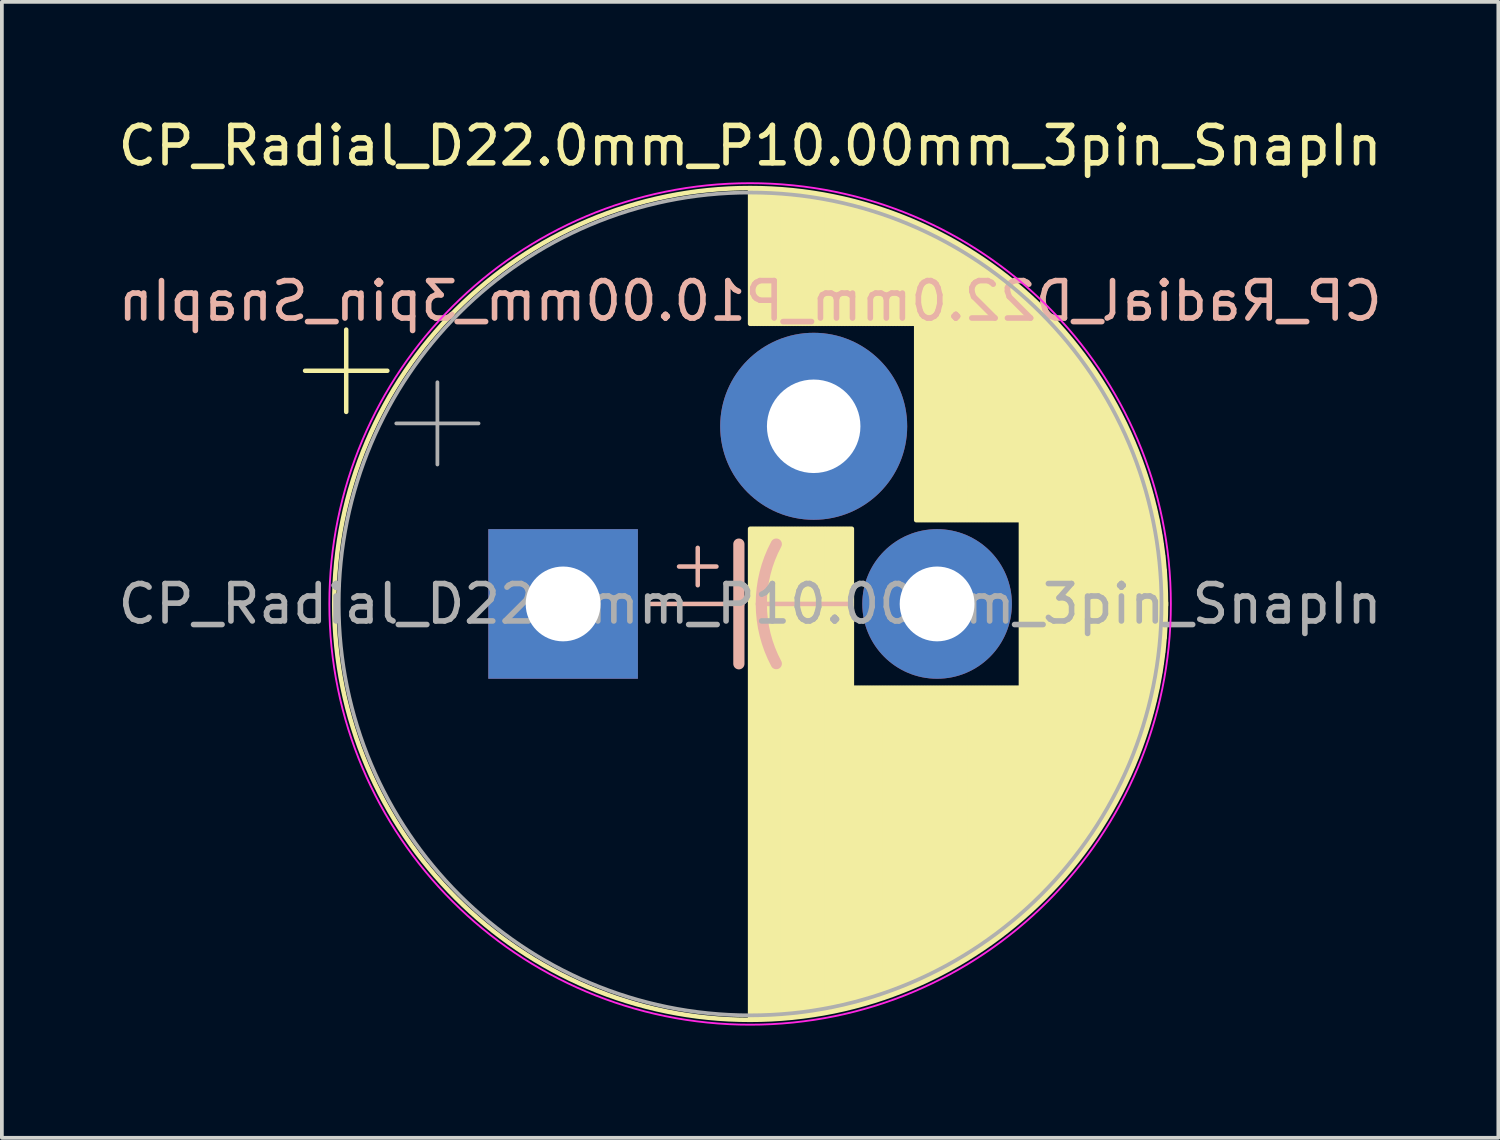
<source format=kicad_pcb>
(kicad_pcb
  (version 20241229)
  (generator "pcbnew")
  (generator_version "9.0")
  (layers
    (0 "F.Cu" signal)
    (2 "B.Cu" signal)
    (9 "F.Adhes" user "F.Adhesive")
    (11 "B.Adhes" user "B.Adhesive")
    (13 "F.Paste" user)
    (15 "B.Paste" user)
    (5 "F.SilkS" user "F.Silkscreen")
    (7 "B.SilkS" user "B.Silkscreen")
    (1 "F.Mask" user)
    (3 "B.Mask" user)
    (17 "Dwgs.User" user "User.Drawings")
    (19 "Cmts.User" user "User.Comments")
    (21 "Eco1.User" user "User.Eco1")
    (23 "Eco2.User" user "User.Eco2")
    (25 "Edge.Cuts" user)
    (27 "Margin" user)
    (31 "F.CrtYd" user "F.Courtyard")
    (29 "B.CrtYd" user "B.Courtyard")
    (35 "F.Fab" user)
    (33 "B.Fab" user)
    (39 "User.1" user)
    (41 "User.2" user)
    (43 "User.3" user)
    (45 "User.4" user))
  (footprint "CP_Radial_D22.0mm_P10.00mm_3pin_SnapIn"
    (layer "F.Cu")
    (at 12.006 13.098)
    (property "Reference" "CP_Radial_D22.0mm_P10.00mm_3pin_SnapIn" (at 5 -12.25 0) (layer "F.SilkS") (effects (font (size 1 1) (thickness 0.15))))
    (fp_line (start -6.899 -6.235) (end -4.699 -6.235) (stroke (width 0.12) (type solid)) (layer "F.SilkS"))
    (fp_line (start -5.799 -7.335) (end -5.799 -5.135) (stroke (width 0.12) (type solid)) (layer "F.SilkS"))
    (fp_line (start 5 -11.081) (end 5 -7.49) (stroke (width 0.12) (type solid)) (layer "F.SilkS"))
    (fp_line (start 5 -2.01) (end 5 11.081) (stroke (width 0.12) (type solid)) (layer "F.SilkS"))
    (fp_line (start 5.04 -11.08) (end 5.04 -7.49) (stroke (width 0.12) (type solid)) (layer "F.SilkS"))
    (fp_line (start 5.04 -2.01) (end 5.04 11.08) (stroke (width 0.12) (type solid)) (layer "F.SilkS"))
    (fp_line (start 5.08 -11.08) (end 5.08 -7.49) (stroke (width 0.12) (type solid)) (layer "F.SilkS"))
    (fp_line (start 5.08 -2.01) (end 5.08 11.08) (stroke (width 0.12) (type solid)) (layer "F.SilkS"))
    (fp_line (start 5.12 -11.08) (end 5.12 -7.49) (stroke (width 0.12) (type solid)) (layer "F.SilkS"))
    (fp_line (start 5.12 -2.01) (end 5.12 11.08) (stroke (width 0.12) (type solid)) (layer "F.SilkS"))
    (fp_line (start 5.16 -11.079) (end 5.16 -7.49) (stroke (width 0.12) (type solid)) (layer "F.SilkS"))
    (fp_line (start 5.16 -2.01) (end 5.16 11.079) (stroke (width 0.12) (type solid)) (layer "F.SilkS"))
    (fp_line (start 5.2 -11.079) (end 5.2 -7.49) (stroke (width 0.12) (type solid)) (layer "F.SilkS"))
    (fp_line (start 5.2 -2.01) (end 5.2 11.079) (stroke (width 0.12) (type solid)) (layer "F.SilkS"))
    (fp_line (start 5.24 -11.078) (end 5.24 -7.49) (stroke (width 0.12) (type solid)) (layer "F.SilkS"))
    (fp_line (start 5.24 -2.01) (end 5.24 11.078) (stroke (width 0.12) (type solid)) (layer "F.SilkS"))
    (fp_line (start 5.28 -11.077) (end 5.28 -7.49) (stroke (width 0.12) (type solid)) (layer "F.SilkS"))
    (fp_line (start 5.28 -2.01) (end 5.28 11.077) (stroke (width 0.12) (type solid)) (layer "F.SilkS"))
    (fp_line (start 5.32 -11.076) (end 5.32 -7.49) (stroke (width 0.12) (type solid)) (layer "F.SilkS"))
    (fp_line (start 5.32 -2.01) (end 5.32 11.076) (stroke (width 0.12) (type solid)) (layer "F.SilkS"))
    (fp_line (start 5.36 -11.075) (end 5.36 -7.49) (stroke (width 0.12) (type solid)) (layer "F.SilkS"))
    (fp_line (start 5.36 -2.01) (end 5.36 11.075) (stroke (width 0.12) (type solid)) (layer "F.SilkS"))
    (fp_line (start 5.4 -11.073) (end 5.4 -7.49) (stroke (width 0.12) (type solid)) (layer "F.SilkS"))
    (fp_line (start 5.4 -2.01) (end 5.4 11.073) (stroke (width 0.12) (type solid)) (layer "F.SilkS"))
    (fp_line (start 5.44 -11.072) (end 5.44 -7.49) (stroke (width 0.12) (type solid)) (layer "F.SilkS"))
    (fp_line (start 5.44 -2.01) (end 5.44 11.072) (stroke (width 0.12) (type solid)) (layer "F.SilkS"))
    (fp_line (start 5.48 -11.07) (end 5.48 -7.49) (stroke (width 0.12) (type solid)) (layer "F.SilkS"))
    (fp_line (start 5.48 -2.01) (end 5.48 11.07) (stroke (width 0.12) (type solid)) (layer "F.SilkS"))
    (fp_line (start 5.52 -11.068) (end 5.52 -7.49) (stroke (width 0.12) (type solid)) (layer "F.SilkS"))
    (fp_line (start 5.52 -2.01) (end 5.52 11.068) (stroke (width 0.12) (type solid)) (layer "F.SilkS"))
    (fp_line (start 5.56 -11.066) (end 5.56 -7.49) (stroke (width 0.12) (type solid)) (layer "F.SilkS"))
    (fp_line (start 5.56 -2.01) (end 5.56 11.066) (stroke (width 0.12) (type solid)) (layer "F.SilkS"))
    (fp_line (start 5.6 -11.064) (end 5.6 -7.49) (stroke (width 0.12) (type solid)) (layer "F.SilkS"))
    (fp_line (start 5.6 -2.01) (end 5.6 11.064) (stroke (width 0.12) (type solid)) (layer "F.SilkS"))
    (fp_line (start 5.64 -11.062) (end 5.64 -7.49) (stroke (width 0.12) (type solid)) (layer "F.SilkS"))
    (fp_line (start 5.64 -2.01) (end 5.64 11.062) (stroke (width 0.12) (type solid)) (layer "F.SilkS"))
    (fp_line (start 5.68 -11.06) (end 5.68 -7.49) (stroke (width 0.12) (type solid)) (layer "F.SilkS"))
    (fp_line (start 5.68 -2.01) (end 5.68 11.06) (stroke (width 0.12) (type solid)) (layer "F.SilkS"))
    (fp_line (start 5.721 -11.057) (end 5.721 -7.49) (stroke (width 0.12) (type solid)) (layer "F.SilkS"))
    (fp_line (start 5.721 -2.01) (end 5.721 11.057) (stroke (width 0.12) (type solid)) (layer "F.SilkS"))
    (fp_line (start 5.761 -11.054) (end 5.761 -7.49) (stroke (width 0.12) (type solid)) (layer "F.SilkS"))
    (fp_line (start 5.761 -2.01) (end 5.761 11.054) (stroke (width 0.12) (type solid)) (layer "F.SilkS"))
    (fp_line (start 5.801 -11.052) (end 5.801 -7.49) (stroke (width 0.12) (type solid)) (layer "F.SilkS"))
    (fp_line (start 5.801 -2.01) (end 5.801 11.052) (stroke (width 0.12) (type solid)) (layer "F.SilkS"))
    (fp_line (start 5.841 -11.049) (end 5.841 -7.49) (stroke (width 0.12) (type solid)) (layer "F.SilkS"))
    (fp_line (start 5.841 -2.01) (end 5.841 11.049) (stroke (width 0.12) (type solid)) (layer "F.SilkS"))
    (fp_line (start 5.881 -11.046) (end 5.881 -7.49) (stroke (width 0.12) (type solid)) (layer "F.SilkS"))
    (fp_line (start 5.881 -2.01) (end 5.881 11.046) (stroke (width 0.12) (type solid)) (layer "F.SilkS"))
    (fp_line (start 5.921 -11.042) (end 5.921 -7.49) (stroke (width 0.12) (type solid)) (layer "F.SilkS"))
    (fp_line (start 5.921 -2.01) (end 5.921 11.042) (stroke (width 0.12) (type solid)) (layer "F.SilkS"))
    (fp_line (start 5.961 -11.039) (end 5.961 -7.49) (stroke (width 0.12) (type solid)) (layer "F.SilkS"))
    (fp_line (start 5.961 -2.01) (end 5.961 11.039) (stroke (width 0.12) (type solid)) (layer "F.SilkS"))
    (fp_line (start 6.001 -11.035) (end 6.001 -7.49) (stroke (width 0.12) (type solid)) (layer "F.SilkS"))
    (fp_line (start 6.001 -2.01) (end 6.001 11.035) (stroke (width 0.12) (type solid)) (layer "F.SilkS"))
    (fp_line (start 6.041 -11.032) (end 6.041 -7.49) (stroke (width 0.12) (type solid)) (layer "F.SilkS"))
    (fp_line (start 6.041 -2.01) (end 6.041 11.032) (stroke (width 0.12) (type solid)) (layer "F.SilkS"))
    (fp_line (start 6.081 -11.028) (end 6.081 -7.49) (stroke (width 0.12) (type solid)) (layer "F.SilkS"))
    (fp_line (start 6.081 -2.01) (end 6.081 11.028) (stroke (width 0.12) (type solid)) (layer "F.SilkS"))
    (fp_line (start 6.121 -11.024) (end 6.121 -7.49) (stroke (width 0.12) (type solid)) (layer "F.SilkS"))
    (fp_line (start 6.121 -2.01) (end 6.121 11.024) (stroke (width 0.12) (type solid)) (layer "F.SilkS"))
    (fp_line (start 6.161 -11.02) (end 6.161 -7.49) (stroke (width 0.12) (type solid)) (layer "F.SilkS"))
    (fp_line (start 6.161 -2.01) (end 6.161 11.02) (stroke (width 0.12) (type solid)) (layer "F.SilkS"))
    (fp_line (start 6.201 -11.016) (end 6.201 -7.49) (stroke (width 0.12) (type solid)) (layer "F.SilkS"))
    (fp_line (start 6.201 -2.01) (end 6.201 11.016) (stroke (width 0.12) (type solid)) (layer "F.SilkS"))
    (fp_line (start 6.241 -11.011) (end 6.241 -7.49) (stroke (width 0.12) (type solid)) (layer "F.SilkS"))
    (fp_line (start 6.241 -2.01) (end 6.241 11.011) (stroke (width 0.12) (type solid)) (layer "F.SilkS"))
    (fp_line (start 6.281 -11.007) (end 6.281 -7.49) (stroke (width 0.12) (type solid)) (layer "F.SilkS"))
    (fp_line (start 6.281 -2.01) (end 6.281 11.007) (stroke (width 0.12) (type solid)) (layer "F.SilkS"))
    (fp_line (start 6.321 -11.002) (end 6.321 -7.49) (stroke (width 0.12) (type solid)) (layer "F.SilkS"))
    (fp_line (start 6.321 -2.01) (end 6.321 11.002) (stroke (width 0.12) (type solid)) (layer "F.SilkS"))
    (fp_line (start 6.361 -10.997) (end 6.361 -7.49) (stroke (width 0.12) (type solid)) (layer "F.SilkS"))
    (fp_line (start 6.361 -2.01) (end 6.361 10.997) (stroke (width 0.12) (type solid)) (layer "F.SilkS"))
    (fp_line (start 6.401 -10.992) (end 6.401 -7.49) (stroke (width 0.12) (type solid)) (layer "F.SilkS"))
    (fp_line (start 6.401 -2.01) (end 6.401 10.992) (stroke (width 0.12) (type solid)) (layer "F.SilkS"))
    (fp_line (start 6.441 -10.987) (end 6.441 -7.49) (stroke (width 0.12) (type solid)) (layer "F.SilkS"))
    (fp_line (start 6.441 -2.01) (end 6.441 10.987) (stroke (width 0.12) (type solid)) (layer "F.SilkS"))
    (fp_line (start 6.481 -10.982) (end 6.481 -7.49) (stroke (width 0.12) (type solid)) (layer "F.SilkS"))
    (fp_line (start 6.481 -2.01) (end 6.481 10.982) (stroke (width 0.12) (type solid)) (layer "F.SilkS"))
    (fp_line (start 6.521 -10.976) (end 6.521 -7.49) (stroke (width 0.12) (type solid)) (layer "F.SilkS"))
    (fp_line (start 6.521 -2.01) (end 6.521 10.976) (stroke (width 0.12) (type solid)) (layer "F.SilkS"))
    (fp_line (start 6.561 -10.971) (end 6.561 -7.49) (stroke (width 0.12) (type solid)) (layer "F.SilkS"))
    (fp_line (start 6.561 -2.01) (end 6.561 10.971) (stroke (width 0.12) (type solid)) (layer "F.SilkS"))
    (fp_line (start 6.601 -10.965) (end 6.601 -7.49) (stroke (width 0.12) (type solid)) (layer "F.SilkS"))
    (fp_line (start 6.601 -2.01) (end 6.601 10.965) (stroke (width 0.12) (type solid)) (layer "F.SilkS"))
    (fp_line (start 6.641 -10.959) (end 6.641 -7.49) (stroke (width 0.12) (type solid)) (layer "F.SilkS"))
    (fp_line (start 6.641 -2.01) (end 6.641 10.959) (stroke (width 0.12) (type solid)) (layer "F.SilkS"))
    (fp_line (start 6.681 -10.953) (end 6.681 -7.49) (stroke (width 0.12) (type solid)) (layer "F.SilkS"))
    (fp_line (start 6.681 -2.01) (end 6.681 10.953) (stroke (width 0.12) (type solid)) (layer "F.SilkS"))
    (fp_line (start 6.721 -10.947) (end 6.721 -7.49) (stroke (width 0.12) (type solid)) (layer "F.SilkS"))
    (fp_line (start 6.721 -2.01) (end 6.721 10.947) (stroke (width 0.12) (type solid)) (layer "F.SilkS"))
    (fp_line (start 6.761 -10.94) (end 6.761 -7.49) (stroke (width 0.12) (type solid)) (layer "F.SilkS"))
    (fp_line (start 6.761 -2.01) (end 6.761 10.94) (stroke (width 0.12) (type solid)) (layer "F.SilkS"))
    (fp_line (start 6.801 -10.934) (end 6.801 -7.49) (stroke (width 0.12) (type solid)) (layer "F.SilkS"))
    (fp_line (start 6.801 -2.01) (end 6.801 10.934) (stroke (width 0.12) (type solid)) (layer "F.SilkS"))
    (fp_line (start 6.841 -10.927) (end 6.841 -7.49) (stroke (width 0.12) (type solid)) (layer "F.SilkS"))
    (fp_line (start 6.841 -2.01) (end 6.841 10.927) (stroke (width 0.12) (type solid)) (layer "F.SilkS"))
    (fp_line (start 6.881 -10.92) (end 6.881 -7.49) (stroke (width 0.12) (type solid)) (layer "F.SilkS"))
    (fp_line (start 6.881 -2.01) (end 6.881 10.92) (stroke (width 0.12) (type solid)) (layer "F.SilkS"))
    (fp_line (start 6.921 -10.913) (end 6.921 -7.49) (stroke (width 0.12) (type solid)) (layer "F.SilkS"))
    (fp_line (start 6.921 -2.01) (end 6.921 10.913) (stroke (width 0.12) (type solid)) (layer "F.SilkS"))
    (fp_line (start 6.961 -10.906) (end 6.961 -7.49) (stroke (width 0.12) (type solid)) (layer "F.SilkS"))
    (fp_line (start 6.961 -2.01) (end 6.961 10.906) (stroke (width 0.12) (type solid)) (layer "F.SilkS"))
    (fp_line (start 7.001 -10.899) (end 7.001 -7.49) (stroke (width 0.12) (type solid)) (layer "F.SilkS"))
    (fp_line (start 7.001 -2.01) (end 7.001 10.899) (stroke (width 0.12) (type solid)) (layer "F.SilkS"))
    (fp_line (start 7.041 -10.892) (end 7.041 -7.49) (stroke (width 0.12) (type solid)) (layer "F.SilkS"))
    (fp_line (start 7.041 -2.01) (end 7.041 10.892) (stroke (width 0.12) (type solid)) (layer "F.SilkS"))
    (fp_line (start 7.081 -10.884) (end 7.081 -7.49) (stroke (width 0.12) (type solid)) (layer "F.SilkS"))
    (fp_line (start 7.081 -2.01) (end 7.081 10.884) (stroke (width 0.12) (type solid)) (layer "F.SilkS"))
    (fp_line (start 7.121 -10.877) (end 7.121 -7.49) (stroke (width 0.12) (type solid)) (layer "F.SilkS"))
    (fp_line (start 7.121 -2.01) (end 7.121 10.877) (stroke (width 0.12) (type solid)) (layer "F.SilkS"))
    (fp_line (start 7.161 -10.869) (end 7.161 -7.49) (stroke (width 0.12) (type solid)) (layer "F.SilkS"))
    (fp_line (start 7.161 -2.01) (end 7.161 10.869) (stroke (width 0.12) (type solid)) (layer "F.SilkS"))
    (fp_line (start 7.201 -10.861) (end 7.201 -7.49) (stroke (width 0.12) (type solid)) (layer "F.SilkS"))
    (fp_line (start 7.201 -2.01) (end 7.201 10.861) (stroke (width 0.12) (type solid)) (layer "F.SilkS"))
    (fp_line (start 7.241 -10.853) (end 7.241 -7.49) (stroke (width 0.12) (type solid)) (layer "F.SilkS"))
    (fp_line (start 7.241 -2.01) (end 7.241 10.853) (stroke (width 0.12) (type solid)) (layer "F.SilkS"))
    (fp_line (start 7.281 -10.844) (end 7.281 -7.49) (stroke (width 0.12) (type solid)) (layer "F.SilkS"))
    (fp_line (start 7.281 -2.01) (end 7.281 10.844) (stroke (width 0.12) (type solid)) (layer "F.SilkS"))
    (fp_line (start 7.321 -10.836) (end 7.321 -7.49) (stroke (width 0.12) (type solid)) (layer "F.SilkS"))
    (fp_line (start 7.321 -2.01) (end 7.321 10.836) (stroke (width 0.12) (type solid)) (layer "F.SilkS"))
    (fp_line (start 7.361 -10.827) (end 7.361 -7.49) (stroke (width 0.12) (type solid)) (layer "F.SilkS"))
    (fp_line (start 7.361 -2.01) (end 7.361 10.827) (stroke (width 0.12) (type solid)) (layer "F.SilkS"))
    (fp_line (start 7.401 -10.818) (end 7.401 -7.49) (stroke (width 0.12) (type solid)) (layer "F.SilkS"))
    (fp_line (start 7.401 -2.01) (end 7.401 10.818) (stroke (width 0.12) (type solid)) (layer "F.SilkS"))
    (fp_line (start 7.441 -10.809) (end 7.441 -7.49) (stroke (width 0.12) (type solid)) (layer "F.SilkS"))
    (fp_line (start 7.441 -2.01) (end 7.441 10.809) (stroke (width 0.12) (type solid)) (layer "F.SilkS"))
    (fp_line (start 7.481 -10.8) (end 7.481 -7.49) (stroke (width 0.12) (type solid)) (layer "F.SilkS"))
    (fp_line (start 7.481 -2.01) (end 7.481 10.8) (stroke (width 0.12) (type solid)) (layer "F.SilkS"))
    (fp_line (start 7.521 -10.791) (end 7.521 -7.49) (stroke (width 0.12) (type solid)) (layer "F.SilkS"))
    (fp_line (start 7.521 -2.01) (end 7.521 10.791) (stroke (width 0.12) (type solid)) (layer "F.SilkS"))
    (fp_line (start 7.561 -10.782) (end 7.561 -7.49) (stroke (width 0.12) (type solid)) (layer "F.SilkS"))
    (fp_line (start 7.561 -2.01) (end 7.561 10.782) (stroke (width 0.12) (type solid)) (layer "F.SilkS"))
    (fp_line (start 7.601 -10.772) (end 7.601 -7.49) (stroke (width 0.12) (type solid)) (layer "F.SilkS"))
    (fp_line (start 7.601 -2.01) (end 7.601 10.772) (stroke (width 0.12) (type solid)) (layer "F.SilkS"))
    (fp_line (start 7.641 -10.763) (end 7.641 -7.49) (stroke (width 0.12) (type solid)) (layer "F.SilkS"))
    (fp_line (start 7.641 -2.01) (end 7.641 10.763) (stroke (width 0.12) (type solid)) (layer "F.SilkS"))
    (fp_line (start 7.681 -10.753) (end 7.681 -7.49) (stroke (width 0.12) (type solid)) (layer "F.SilkS"))
    (fp_line (start 7.681 -2.01) (end 7.681 10.753) (stroke (width 0.12) (type solid)) (layer "F.SilkS"))
    (fp_line (start 7.721 -10.743) (end 7.721 -7.49) (stroke (width 0.12) (type solid)) (layer "F.SilkS"))
    (fp_line (start 7.721 -2.01) (end 7.721 10.743) (stroke (width 0.12) (type solid)) (layer "F.SilkS"))
    (fp_line (start 7.761 -10.733) (end 7.761 -7.49) (stroke (width 0.12) (type solid)) (layer "F.SilkS"))
    (fp_line (start 7.761 2.24) (end 7.761 10.733) (stroke (width 0.12) (type solid)) (layer "F.SilkS"))
    (fp_line (start 7.801 -10.722) (end 7.801 -7.49) (stroke (width 0.12) (type solid)) (layer "F.SilkS"))
    (fp_line (start 7.801 2.24) (end 7.801 10.722) (stroke (width 0.12) (type solid)) (layer "F.SilkS"))
    (fp_line (start 7.841 -10.712) (end 7.841 -7.49) (stroke (width 0.12) (type solid)) (layer "F.SilkS"))
    (fp_line (start 7.841 2.24) (end 7.841 10.712) (stroke (width 0.12) (type solid)) (layer "F.SilkS"))
    (fp_line (start 7.881 -10.701) (end 7.881 -7.49) (stroke (width 0.12) (type solid)) (layer "F.SilkS"))
    (fp_line (start 7.881 2.24) (end 7.881 10.701) (stroke (width 0.12) (type solid)) (layer "F.SilkS"))
    (fp_line (start 7.921 -10.69) (end 7.921 -7.49) (stroke (width 0.12) (type solid)) (layer "F.SilkS"))
    (fp_line (start 7.921 2.24) (end 7.921 10.69) (stroke (width 0.12) (type solid)) (layer "F.SilkS"))
    (fp_line (start 7.961 -10.679) (end 7.961 -7.49) (stroke (width 0.12) (type solid)) (layer "F.SilkS"))
    (fp_line (start 7.961 2.24) (end 7.961 10.679) (stroke (width 0.12) (type solid)) (layer "F.SilkS"))
    (fp_line (start 8.001 -10.668) (end 8.001 -7.49) (stroke (width 0.12) (type solid)) (layer "F.SilkS"))
    (fp_line (start 8.001 2.24) (end 8.001 10.668) (stroke (width 0.12) (type solid)) (layer "F.SilkS"))
    (fp_line (start 8.041 -10.657) (end 8.041 -7.49) (stroke (width 0.12) (type solid)) (layer "F.SilkS"))
    (fp_line (start 8.041 2.24) (end 8.041 10.657) (stroke (width 0.12) (type solid)) (layer "F.SilkS"))
    (fp_line (start 8.081 -10.645) (end 8.081 -7.49) (stroke (width 0.12) (type solid)) (layer "F.SilkS"))
    (fp_line (start 8.081 2.24) (end 8.081 10.645) (stroke (width 0.12) (type solid)) (layer "F.SilkS"))
    (fp_line (start 8.121 -10.634) (end 8.121 -7.49) (stroke (width 0.12) (type solid)) (layer "F.SilkS"))
    (fp_line (start 8.121 2.24) (end 8.121 10.634) (stroke (width 0.12) (type solid)) (layer "F.SilkS"))
    (fp_line (start 8.161 -10.622) (end 8.161 -7.49) (stroke (width 0.12) (type solid)) (layer "F.SilkS"))
    (fp_line (start 8.161 2.24) (end 8.161 10.622) (stroke (width 0.12) (type solid)) (layer "F.SilkS"))
    (fp_line (start 8.201 -10.61) (end 8.201 -7.49) (stroke (width 0.12) (type solid)) (layer "F.SilkS"))
    (fp_line (start 8.201 2.24) (end 8.201 10.61) (stroke (width 0.12) (type solid)) (layer "F.SilkS"))
    (fp_line (start 8.241 -10.598) (end 8.241 -7.49) (stroke (width 0.12) (type solid)) (layer "F.SilkS"))
    (fp_line (start 8.241 2.24) (end 8.241 10.598) (stroke (width 0.12) (type solid)) (layer "F.SilkS"))
    (fp_line (start 8.281 -10.586) (end 8.281 -7.49) (stroke (width 0.12) (type solid)) (layer "F.SilkS"))
    (fp_line (start 8.281 2.24) (end 8.281 10.586) (stroke (width 0.12) (type solid)) (layer "F.SilkS"))
    (fp_line (start 8.321 -10.573) (end 8.321 -7.49) (stroke (width 0.12) (type solid)) (layer "F.SilkS"))
    (fp_line (start 8.321 2.24) (end 8.321 10.573) (stroke (width 0.12) (type solid)) (layer "F.SilkS"))
    (fp_line (start 8.361 -10.561) (end 8.361 -7.49) (stroke (width 0.12) (type solid)) (layer "F.SilkS"))
    (fp_line (start 8.361 2.24) (end 8.361 10.561) (stroke (width 0.12) (type solid)) (layer "F.SilkS"))
    (fp_line (start 8.401 -10.548) (end 8.401 -7.49) (stroke (width 0.12) (type solid)) (layer "F.SilkS"))
    (fp_line (start 8.401 2.24) (end 8.401 10.548) (stroke (width 0.12) (type solid)) (layer "F.SilkS"))
    (fp_line (start 8.441 -10.535) (end 8.441 -7.49) (stroke (width 0.12) (type solid)) (layer "F.SilkS"))
    (fp_line (start 8.441 2.24) (end 8.441 10.535) (stroke (width 0.12) (type solid)) (layer "F.SilkS"))
    (fp_line (start 8.481 -10.522) (end 8.481 -7.49) (stroke (width 0.12) (type solid)) (layer "F.SilkS"))
    (fp_line (start 8.481 2.24) (end 8.481 10.522) (stroke (width 0.12) (type solid)) (layer "F.SilkS"))
    (fp_line (start 8.521 -10.509) (end 8.521 -7.49) (stroke (width 0.12) (type solid)) (layer "F.SilkS"))
    (fp_line (start 8.521 2.24) (end 8.521 10.509) (stroke (width 0.12) (type solid)) (layer "F.SilkS"))
    (fp_line (start 8.561 -10.495) (end 8.561 -7.49) (stroke (width 0.12) (type solid)) (layer "F.SilkS"))
    (fp_line (start 8.561 2.24) (end 8.561 10.495) (stroke (width 0.12) (type solid)) (layer "F.SilkS"))
    (fp_line (start 8.601 -10.482) (end 8.601 -7.49) (stroke (width 0.12) (type solid)) (layer "F.SilkS"))
    (fp_line (start 8.601 2.24) (end 8.601 10.482) (stroke (width 0.12) (type solid)) (layer "F.SilkS"))
    (fp_line (start 8.641 -10.468) (end 8.641 -7.49) (stroke (width 0.12) (type solid)) (layer "F.SilkS"))
    (fp_line (start 8.641 2.24) (end 8.641 10.468) (stroke (width 0.12) (type solid)) (layer "F.SilkS"))
    (fp_line (start 8.681 -10.454) (end 8.681 -7.49) (stroke (width 0.12) (type solid)) (layer "F.SilkS"))
    (fp_line (start 8.681 2.24) (end 8.681 10.454) (stroke (width 0.12) (type solid)) (layer "F.SilkS"))
    (fp_line (start 8.721 -10.44) (end 8.721 -7.49) (stroke (width 0.12) (type solid)) (layer "F.SilkS"))
    (fp_line (start 8.721 2.24) (end 8.721 10.44) (stroke (width 0.12) (type solid)) (layer "F.SilkS"))
    (fp_line (start 8.761 -10.426) (end 8.761 -7.49) (stroke (width 0.12) (type solid)) (layer "F.SilkS"))
    (fp_line (start 8.761 2.24) (end 8.761 10.426) (stroke (width 0.12) (type solid)) (layer "F.SilkS"))
    (fp_line (start 8.801 -10.411) (end 8.801 -7.49) (stroke (width 0.12) (type solid)) (layer "F.SilkS"))
    (fp_line (start 8.801 2.24) (end 8.801 10.411) (stroke (width 0.12) (type solid)) (layer "F.SilkS"))
    (fp_line (start 8.841 -10.396) (end 8.841 -7.49) (stroke (width 0.12) (type solid)) (layer "F.SilkS"))
    (fp_line (start 8.841 2.24) (end 8.841 10.396) (stroke (width 0.12) (type solid)) (layer "F.SilkS"))
    (fp_line (start 8.881 -10.382) (end 8.881 -7.49) (stroke (width 0.12) (type solid)) (layer "F.SilkS"))
    (fp_line (start 8.881 2.24) (end 8.881 10.382) (stroke (width 0.12) (type solid)) (layer "F.SilkS"))
    (fp_line (start 8.921 -10.367) (end 8.921 -7.49) (stroke (width 0.12) (type solid)) (layer "F.SilkS"))
    (fp_line (start 8.921 2.24) (end 8.921 10.367) (stroke (width 0.12) (type solid)) (layer "F.SilkS"))
    (fp_line (start 8.961 -10.351) (end 8.961 -7.49) (stroke (width 0.12) (type solid)) (layer "F.SilkS"))
    (fp_line (start 8.961 2.24) (end 8.961 10.351) (stroke (width 0.12) (type solid)) (layer "F.SilkS"))
    (fp_line (start 9.001 -10.336) (end 9.001 -7.49) (stroke (width 0.12) (type solid)) (layer "F.SilkS"))
    (fp_line (start 9.001 2.24) (end 9.001 10.336) (stroke (width 0.12) (type solid)) (layer "F.SilkS"))
    (fp_line (start 9.041 -10.321) (end 9.041 -7.49) (stroke (width 0.12) (type solid)) (layer "F.SilkS"))
    (fp_line (start 9.041 2.24) (end 9.041 10.321) (stroke (width 0.12) (type solid)) (layer "F.SilkS"))
    (fp_line (start 9.081 -10.305) (end 9.081 -7.49) (stroke (width 0.12) (type solid)) (layer "F.SilkS"))
    (fp_line (start 9.081 2.24) (end 9.081 10.305) (stroke (width 0.12) (type solid)) (layer "F.SilkS"))
    (fp_line (start 9.121 -10.289) (end 9.121 -7.49) (stroke (width 0.12) (type solid)) (layer "F.SilkS"))
    (fp_line (start 9.121 2.24) (end 9.121 10.289) (stroke (width 0.12) (type solid)) (layer "F.SilkS"))
    (fp_line (start 9.161 -10.273) (end 9.161 -7.49) (stroke (width 0.12) (type solid)) (layer "F.SilkS"))
    (fp_line (start 9.161 2.24) (end 9.161 10.273) (stroke (width 0.12) (type solid)) (layer "F.SilkS"))
    (fp_line (start 9.201 -10.257) (end 9.201 -7.49) (stroke (width 0.12) (type solid)) (layer "F.SilkS"))
    (fp_line (start 9.201 2.24) (end 9.201 10.257) (stroke (width 0.12) (type solid)) (layer "F.SilkS"))
    (fp_line (start 9.241 -10.24) (end 9.241 -7.49) (stroke (width 0.12) (type solid)) (layer "F.SilkS"))
    (fp_line (start 9.241 2.24) (end 9.241 10.24) (stroke (width 0.12) (type solid)) (layer "F.SilkS"))
    (fp_line (start 9.281 -10.224) (end 9.281 -7.49) (stroke (width 0.12) (type solid)) (layer "F.SilkS"))
    (fp_line (start 9.281 2.24) (end 9.281 10.224) (stroke (width 0.12) (type solid)) (layer "F.SilkS"))
    (fp_line (start 9.321 -10.207) (end 9.321 -7.49) (stroke (width 0.12) (type solid)) (layer "F.SilkS"))
    (fp_line (start 9.321 2.24) (end 9.321 10.207) (stroke (width 0.12) (type solid)) (layer "F.SilkS"))
    (fp_line (start 9.361 -10.19) (end 9.361 -7.49) (stroke (width 0.12) (type solid)) (layer "F.SilkS"))
    (fp_line (start 9.361 2.24) (end 9.361 10.19) (stroke (width 0.12) (type solid)) (layer "F.SilkS"))
    (fp_line (start 9.401 -10.173) (end 9.401 -7.49) (stroke (width 0.12) (type solid)) (layer "F.SilkS"))
    (fp_line (start 9.401 2.24) (end 9.401 10.173) (stroke (width 0.12) (type solid)) (layer "F.SilkS"))
    (fp_line (start 9.441 -10.156) (end 9.441 -2.24) (stroke (width 0.12) (type solid)) (layer "F.SilkS"))
    (fp_line (start 9.441 2.24) (end 9.441 10.156) (stroke (width 0.12) (type solid)) (layer "F.SilkS"))
    (fp_line (start 9.481 -10.138) (end 9.481 -2.24) (stroke (width 0.12) (type solid)) (layer "F.SilkS"))
    (fp_line (start 9.481 2.24) (end 9.481 10.138) (stroke (width 0.12) (type solid)) (layer "F.SilkS"))
    (fp_line (start 9.521 -10.12) (end 9.521 -2.24) (stroke (width 0.12) (type solid)) (layer "F.SilkS"))
    (fp_line (start 9.521 2.24) (end 9.521 10.12) (stroke (width 0.12) (type solid)) (layer "F.SilkS"))
    (fp_line (start 9.561 -10.103) (end 9.561 -2.24) (stroke (width 0.12) (type solid)) (layer "F.SilkS"))
    (fp_line (start 9.561 2.24) (end 9.561 10.103) (stroke (width 0.12) (type solid)) (layer "F.SilkS"))
    (fp_line (start 9.601 -10.084) (end 9.601 -2.24) (stroke (width 0.12) (type solid)) (layer "F.SilkS"))
    (fp_line (start 9.601 2.24) (end 9.601 10.084) (stroke (width 0.12) (type solid)) (layer "F.SilkS"))
    (fp_line (start 9.641 -10.066) (end 9.641 -2.24) (stroke (width 0.12) (type solid)) (layer "F.SilkS"))
    (fp_line (start 9.641 2.24) (end 9.641 10.066) (stroke (width 0.12) (type solid)) (layer "F.SilkS"))
    (fp_line (start 9.681 -10.048) (end 9.681 -2.24) (stroke (width 0.12) (type solid)) (layer "F.SilkS"))
    (fp_line (start 9.681 2.24) (end 9.681 10.048) (stroke (width 0.12) (type solid)) (layer "F.SilkS"))
    (fp_line (start 9.721 -10.029) (end 9.721 -2.24) (stroke (width 0.12) (type solid)) (layer "F.SilkS"))
    (fp_line (start 9.721 2.24) (end 9.721 10.029) (stroke (width 0.12) (type solid)) (layer "F.SilkS"))
    (fp_line (start 9.761 -10.01) (end 9.761 -2.24) (stroke (width 0.12) (type solid)) (layer "F.SilkS"))
    (fp_line (start 9.761 2.24) (end 9.761 10.01) (stroke (width 0.12) (type solid)) (layer "F.SilkS"))
    (fp_line (start 9.801 -9.991) (end 9.801 -2.24) (stroke (width 0.12) (type solid)) (layer "F.SilkS"))
    (fp_line (start 9.801 2.24) (end 9.801 9.991) (stroke (width 0.12) (type solid)) (layer "F.SilkS"))
    (fp_line (start 9.841 -9.972) (end 9.841 -2.24) (stroke (width 0.12) (type solid)) (layer "F.SilkS"))
    (fp_line (start 9.841 2.24) (end 9.841 9.972) (stroke (width 0.12) (type solid)) (layer "F.SilkS"))
    (fp_line (start 9.881 -9.952) (end 9.881 -2.24) (stroke (width 0.12) (type solid)) (layer "F.SilkS"))
    (fp_line (start 9.881 2.24) (end 9.881 9.952) (stroke (width 0.12) (type solid)) (layer "F.SilkS"))
    (fp_line (start 9.921 -9.933) (end 9.921 -2.24) (stroke (width 0.12) (type solid)) (layer "F.SilkS"))
    (fp_line (start 9.921 2.24) (end 9.921 9.933) (stroke (width 0.12) (type solid)) (layer "F.SilkS"))
    (fp_line (start 9.961 -9.913) (end 9.961 -2.24) (stroke (width 0.12) (type solid)) (layer "F.SilkS"))
    (fp_line (start 9.961 2.24) (end 9.961 9.913) (stroke (width 0.12) (type solid)) (layer "F.SilkS"))
    (fp_line (start 10.001 -9.893) (end 10.001 -2.24) (stroke (width 0.12) (type solid)) (layer "F.SilkS"))
    (fp_line (start 10.001 2.24) (end 10.001 9.893) (stroke (width 0.12) (type solid)) (layer "F.SilkS"))
    (fp_line (start 10.041 -9.873) (end 10.041 -2.24) (stroke (width 0.12) (type solid)) (layer "F.SilkS"))
    (fp_line (start 10.041 2.24) (end 10.041 9.873) (stroke (width 0.12) (type solid)) (layer "F.SilkS"))
    (fp_line (start 10.081 -9.852) (end 10.081 -2.24) (stroke (width 0.12) (type solid)) (layer "F.SilkS"))
    (fp_line (start 10.081 2.24) (end 10.081 9.852) (stroke (width 0.12) (type solid)) (layer "F.SilkS"))
    (fp_line (start 10.121 -9.832) (end 10.121 -2.24) (stroke (width 0.12) (type solid)) (layer "F.SilkS"))
    (fp_line (start 10.121 2.24) (end 10.121 9.832) (stroke (width 0.12) (type solid)) (layer "F.SilkS"))
    (fp_line (start 10.161 -9.811) (end 10.161 -2.24) (stroke (width 0.12) (type solid)) (layer "F.SilkS"))
    (fp_line (start 10.161 2.24) (end 10.161 9.811) (stroke (width 0.12) (type solid)) (layer "F.SilkS"))
    (fp_line (start 10.201 -9.79) (end 10.201 -2.24) (stroke (width 0.12) (type solid)) (layer "F.SilkS"))
    (fp_line (start 10.201 2.24) (end 10.201 9.79) (stroke (width 0.12) (type solid)) (layer "F.SilkS"))
    (fp_line (start 10.241 -9.768) (end 10.241 -2.24) (stroke (width 0.12) (type solid)) (layer "F.SilkS"))
    (fp_line (start 10.241 2.24) (end 10.241 9.768) (stroke (width 0.12) (type solid)) (layer "F.SilkS"))
    (fp_line (start 10.281 -9.747) (end 10.281 -2.24) (stroke (width 0.12) (type solid)) (layer "F.SilkS"))
    (fp_line (start 10.281 2.24) (end 10.281 9.747) (stroke (width 0.12) (type solid)) (layer "F.SilkS"))
    (fp_line (start 10.321 -9.725) (end 10.321 -2.24) (stroke (width 0.12) (type solid)) (layer "F.SilkS"))
    (fp_line (start 10.321 2.24) (end 10.321 9.725) (stroke (width 0.12) (type solid)) (layer "F.SilkS"))
    (fp_line (start 10.361 -9.703) (end 10.361 -2.24) (stroke (width 0.12) (type solid)) (layer "F.SilkS"))
    (fp_line (start 10.361 2.24) (end 10.361 9.703) (stroke (width 0.12) (type solid)) (layer "F.SilkS"))
    (fp_line (start 10.401 -9.681) (end 10.401 -2.24) (stroke (width 0.12) (type solid)) (layer "F.SilkS"))
    (fp_line (start 10.401 2.24) (end 10.401 9.681) (stroke (width 0.12) (type solid)) (layer "F.SilkS"))
    (fp_line (start 10.441 -9.659) (end 10.441 -2.24) (stroke (width 0.12) (type solid)) (layer "F.SilkS"))
    (fp_line (start 10.441 2.24) (end 10.441 9.659) (stroke (width 0.12) (type solid)) (layer "F.SilkS"))
    (fp_line (start 10.481 -9.636) (end 10.481 -2.24) (stroke (width 0.12) (type solid)) (layer "F.SilkS"))
    (fp_line (start 10.481 2.24) (end 10.481 9.636) (stroke (width 0.12) (type solid)) (layer "F.SilkS"))
    (fp_line (start 10.521 -9.614) (end 10.521 -2.24) (stroke (width 0.12) (type solid)) (layer "F.SilkS"))
    (fp_line (start 10.521 2.24) (end 10.521 9.614) (stroke (width 0.12) (type solid)) (layer "F.SilkS"))
    (fp_line (start 10.561 -9.591) (end 10.561 -2.24) (stroke (width 0.12) (type solid)) (layer "F.SilkS"))
    (fp_line (start 10.561 2.24) (end 10.561 9.591) (stroke (width 0.12) (type solid)) (layer "F.SilkS"))
    (fp_line (start 10.601 -9.567) (end 10.601 -2.24) (stroke (width 0.12) (type solid)) (layer "F.SilkS"))
    (fp_line (start 10.601 2.24) (end 10.601 9.567) (stroke (width 0.12) (type solid)) (layer "F.SilkS"))
    (fp_line (start 10.641 -9.544) (end 10.641 -2.24) (stroke (width 0.12) (type solid)) (layer "F.SilkS"))
    (fp_line (start 10.641 2.24) (end 10.641 9.544) (stroke (width 0.12) (type solid)) (layer "F.SilkS"))
    (fp_line (start 10.681 -9.52) (end 10.681 -2.24) (stroke (width 0.12) (type solid)) (layer "F.SilkS"))
    (fp_line (start 10.681 2.24) (end 10.681 9.52) (stroke (width 0.12) (type solid)) (layer "F.SilkS"))
    (fp_line (start 10.721 -9.497) (end 10.721 -2.24) (stroke (width 0.12) (type solid)) (layer "F.SilkS"))
    (fp_line (start 10.721 2.24) (end 10.721 9.497) (stroke (width 0.12) (type solid)) (layer "F.SilkS"))
    (fp_line (start 10.761 -9.472) (end 10.761 -2.24) (stroke (width 0.12) (type solid)) (layer "F.SilkS"))
    (fp_line (start 10.761 2.24) (end 10.761 9.472) (stroke (width 0.12) (type solid)) (layer "F.SilkS"))
    (fp_line (start 10.801 -9.448) (end 10.801 -2.24) (stroke (width 0.12) (type solid)) (layer "F.SilkS"))
    (fp_line (start 10.801 2.24) (end 10.801 9.448) (stroke (width 0.12) (type solid)) (layer "F.SilkS"))
    (fp_line (start 10.841 -9.424) (end 10.841 -2.24) (stroke (width 0.12) (type solid)) (layer "F.SilkS"))
    (fp_line (start 10.841 2.24) (end 10.841 9.424) (stroke (width 0.12) (type solid)) (layer "F.SilkS"))
    (fp_line (start 10.881 -9.399) (end 10.881 -2.24) (stroke (width 0.12) (type solid)) (layer "F.SilkS"))
    (fp_line (start 10.881 2.24) (end 10.881 9.399) (stroke (width 0.12) (type solid)) (layer "F.SilkS"))
    (fp_line (start 10.921 -9.374) (end 10.921 -2.24) (stroke (width 0.12) (type solid)) (layer "F.SilkS"))
    (fp_line (start 10.921 2.24) (end 10.921 9.374) (stroke (width 0.12) (type solid)) (layer "F.SilkS"))
    (fp_line (start 10.961 -9.348) (end 10.961 -2.24) (stroke (width 0.12) (type solid)) (layer "F.SilkS"))
    (fp_line (start 10.961 2.24) (end 10.961 9.348) (stroke (width 0.12) (type solid)) (layer "F.SilkS"))
    (fp_line (start 11.001 -9.323) (end 11.001 -2.24) (stroke (width 0.12) (type solid)) (layer "F.SilkS"))
    (fp_line (start 11.001 2.24) (end 11.001 9.323) (stroke (width 0.12) (type solid)) (layer "F.SilkS"))
    (fp_line (start 11.041 -9.297) (end 11.041 -2.24) (stroke (width 0.12) (type solid)) (layer "F.SilkS"))
    (fp_line (start 11.041 2.24) (end 11.041 9.297) (stroke (width 0.12) (type solid)) (layer "F.SilkS"))
    (fp_line (start 11.081 -9.271) (end 11.081 -2.24) (stroke (width 0.12) (type solid)) (layer "F.SilkS"))
    (fp_line (start 11.081 2.24) (end 11.081 9.271) (stroke (width 0.12) (type solid)) (layer "F.SilkS"))
    (fp_line (start 11.121 -9.245) (end 11.121 -2.24) (stroke (width 0.12) (type solid)) (layer "F.SilkS"))
    (fp_line (start 11.121 2.24) (end 11.121 9.245) (stroke (width 0.12) (type solid)) (layer "F.SilkS"))
    (fp_line (start 11.161 -9.218) (end 11.161 -2.24) (stroke (width 0.12) (type solid)) (layer "F.SilkS"))
    (fp_line (start 11.161 2.24) (end 11.161 9.218) (stroke (width 0.12) (type solid)) (layer "F.SilkS"))
    (fp_line (start 11.201 -9.192) (end 11.201 -2.24) (stroke (width 0.12) (type solid)) (layer "F.SilkS"))
    (fp_line (start 11.201 2.24) (end 11.201 9.192) (stroke (width 0.12) (type solid)) (layer "F.SilkS"))
    (fp_line (start 11.241 -9.165) (end 11.241 -2.24) (stroke (width 0.12) (type solid)) (layer "F.SilkS"))
    (fp_line (start 11.241 2.24) (end 11.241 9.165) (stroke (width 0.12) (type solid)) (layer "F.SilkS"))
    (fp_line (start 11.281 -9.137) (end 11.281 -2.24) (stroke (width 0.12) (type solid)) (layer "F.SilkS"))
    (fp_line (start 11.281 2.24) (end 11.281 9.137) (stroke (width 0.12) (type solid)) (layer "F.SilkS"))
    (fp_line (start 11.321 -9.11) (end 11.321 -2.24) (stroke (width 0.12) (type solid)) (layer "F.SilkS"))
    (fp_line (start 11.321 2.24) (end 11.321 9.11) (stroke (width 0.12) (type solid)) (layer "F.SilkS"))
    (fp_line (start 11.361 -9.082) (end 11.361 -2.24) (stroke (width 0.12) (type solid)) (layer "F.SilkS"))
    (fp_line (start 11.361 2.24) (end 11.361 9.082) (stroke (width 0.12) (type solid)) (layer "F.SilkS"))
    (fp_line (start 11.401 -9.054) (end 11.401 -2.24) (stroke (width 0.12) (type solid)) (layer "F.SilkS"))
    (fp_line (start 11.401 2.24) (end 11.401 9.054) (stroke (width 0.12) (type solid)) (layer "F.SilkS"))
    (fp_line (start 11.441 -9.026) (end 11.441 -2.24) (stroke (width 0.12) (type solid)) (layer "F.SilkS"))
    (fp_line (start 11.441 2.24) (end 11.441 9.026) (stroke (width 0.12) (type solid)) (layer "F.SilkS"))
    (fp_line (start 11.481 -8.997) (end 11.481 -2.24) (stroke (width 0.12) (type solid)) (layer "F.SilkS"))
    (fp_line (start 11.481 2.24) (end 11.481 8.997) (stroke (width 0.12) (type solid)) (layer "F.SilkS"))
    (fp_line (start 11.521 -8.968) (end 11.521 -2.24) (stroke (width 0.12) (type solid)) (layer "F.SilkS"))
    (fp_line (start 11.521 2.24) (end 11.521 8.968) (stroke (width 0.12) (type solid)) (layer "F.SilkS"))
    (fp_line (start 11.561 -8.939) (end 11.561 -2.24) (stroke (width 0.12) (type solid)) (layer "F.SilkS"))
    (fp_line (start 11.561 2.24) (end 11.561 8.939) (stroke (width 0.12) (type solid)) (layer "F.SilkS"))
    (fp_line (start 11.601 -8.91) (end 11.601 -2.24) (stroke (width 0.12) (type solid)) (layer "F.SilkS"))
    (fp_line (start 11.601 2.24) (end 11.601 8.91) (stroke (width 0.12) (type solid)) (layer "F.SilkS"))
    (fp_line (start 11.641 -8.88) (end 11.641 -2.24) (stroke (width 0.12) (type solid)) (layer "F.SilkS"))
    (fp_line (start 11.641 2.24) (end 11.641 8.88) (stroke (width 0.12) (type solid)) (layer "F.SilkS"))
    (fp_line (start 11.681 -8.85) (end 11.681 -2.24) (stroke (width 0.12) (type solid)) (layer "F.SilkS"))
    (fp_line (start 11.681 2.24) (end 11.681 8.85) (stroke (width 0.12) (type solid)) (layer "F.SilkS"))
    (fp_line (start 11.721 -8.82) (end 11.721 -2.24) (stroke (width 0.12) (type solid)) (layer "F.SilkS"))
    (fp_line (start 11.721 2.24) (end 11.721 8.82) (stroke (width 0.12) (type solid)) (layer "F.SilkS"))
    (fp_line (start 11.761 -8.79) (end 11.761 -2.24) (stroke (width 0.12) (type solid)) (layer "F.SilkS"))
    (fp_line (start 11.761 2.24) (end 11.761 8.79) (stroke (width 0.12) (type solid)) (layer "F.SilkS"))
    (fp_line (start 11.801 -8.759) (end 11.801 -2.24) (stroke (width 0.12) (type solid)) (layer "F.SilkS"))
    (fp_line (start 11.801 2.24) (end 11.801 8.759) (stroke (width 0.12) (type solid)) (layer "F.SilkS"))
    (fp_line (start 11.841 -8.728) (end 11.841 -2.24) (stroke (width 0.12) (type solid)) (layer "F.SilkS"))
    (fp_line (start 11.841 2.24) (end 11.841 8.728) (stroke (width 0.12) (type solid)) (layer "F.SilkS"))
    (fp_line (start 11.881 -8.697) (end 11.881 -2.24) (stroke (width 0.12) (type solid)) (layer "F.SilkS"))
    (fp_line (start 11.881 2.24) (end 11.881 8.697) (stroke (width 0.12) (type solid)) (layer "F.SilkS"))
    (fp_line (start 11.921 -8.665) (end 11.921 -2.24) (stroke (width 0.12) (type solid)) (layer "F.SilkS"))
    (fp_line (start 11.921 2.24) (end 11.921 8.665) (stroke (width 0.12) (type solid)) (layer "F.SilkS"))
    (fp_line (start 11.961 -8.633) (end 11.961 -2.24) (stroke (width 0.12) (type solid)) (layer "F.SilkS"))
    (fp_line (start 11.961 2.24) (end 11.961 8.633) (stroke (width 0.12) (type solid)) (layer "F.SilkS"))
    (fp_line (start 12.001 -8.601) (end 12.001 -2.24) (stroke (width 0.12) (type solid)) (layer "F.SilkS"))
    (fp_line (start 12.001 2.24) (end 12.001 8.601) (stroke (width 0.12) (type solid)) (layer "F.SilkS"))
    (fp_line (start 12.041 -8.568) (end 12.041 -2.24) (stroke (width 0.12) (type solid)) (layer "F.SilkS"))
    (fp_line (start 12.041 2.24) (end 12.041 8.568) (stroke (width 0.12) (type solid)) (layer "F.SilkS"))
    (fp_line (start 12.081 -8.535) (end 12.081 -2.24) (stroke (width 0.12) (type solid)) (layer "F.SilkS"))
    (fp_line (start 12.081 2.24) (end 12.081 8.535) (stroke (width 0.12) (type solid)) (layer "F.SilkS"))
    (fp_line (start 12.121 -8.502) (end 12.121 -2.24) (stroke (width 0.12) (type solid)) (layer "F.SilkS"))
    (fp_line (start 12.121 2.24) (end 12.121 8.502) (stroke (width 0.12) (type solid)) (layer "F.SilkS"))
    (fp_line (start 12.161 -8.469) (end 12.161 -2.24) (stroke (width 0.12) (type solid)) (layer "F.SilkS"))
    (fp_line (start 12.161 2.24) (end 12.161 8.469) (stroke (width 0.12) (type solid)) (layer "F.SilkS"))
    (fp_line (start 12.201 -8.435) (end 12.201 -2.24) (stroke (width 0.12) (type solid)) (layer "F.SilkS"))
    (fp_line (start 12.201 2.24) (end 12.201 8.435) (stroke (width 0.12) (type solid)) (layer "F.SilkS"))
    (fp_line (start 12.241 -8.401) (end 12.241 8.401) (stroke (width 0.12) (type solid)) (layer "F.SilkS"))
    (fp_line (start 12.281 -8.366) (end 12.281 8.366) (stroke (width 0.12) (type solid)) (layer "F.SilkS"))
    (fp_line (start 12.321 -8.331) (end 12.321 8.331) (stroke (width 0.12) (type solid)) (layer "F.SilkS"))
    (fp_line (start 12.361 -8.296) (end 12.361 8.296) (stroke (width 0.12) (type solid)) (layer "F.SilkS"))
    (fp_line (start 12.401 -8.261) (end 12.401 8.261) (stroke (width 0.12) (type solid)) (layer "F.SilkS"))
    (fp_line (start 12.441 -8.225) (end 12.441 8.225) (stroke (width 0.12) (type solid)) (layer "F.SilkS"))
    (fp_line (start 12.481 -8.189) (end 12.481 8.189) (stroke (width 0.12) (type solid)) (layer "F.SilkS"))
    (fp_line (start 12.521 -8.152) (end 12.521 8.152) (stroke (width 0.12) (type solid)) (layer "F.SilkS"))
    (fp_line (start 12.561 -8.115) (end 12.561 8.115) (stroke (width 0.12) (type solid)) (layer "F.SilkS"))
    (fp_line (start 12.601 -8.078) (end 12.601 8.078) (stroke (width 0.12) (type solid)) (layer "F.SilkS"))
    (fp_line (start 12.641 -8.04) (end 12.641 8.04) (stroke (width 0.12) (type solid)) (layer "F.SilkS"))
    (fp_line (start 12.681 -8.002) (end 12.681 8.002) (stroke (width 0.12) (type solid)) (layer "F.SilkS"))
    (fp_line (start 12.721 -7.964) (end 12.721 7.964) (stroke (width 0.12) (type solid)) (layer "F.SilkS"))
    (fp_line (start 12.761 -7.925) (end 12.761 7.925) (stroke (width 0.12) (type solid)) (layer "F.SilkS"))
    (fp_line (start 12.801 -7.886) (end 12.801 7.886) (stroke (width 0.12) (type solid)) (layer "F.SilkS"))
    (fp_line (start 12.841 -7.846) (end 12.841 7.846) (stroke (width 0.12) (type solid)) (layer "F.SilkS"))
    (fp_line (start 12.881 -7.807) (end 12.881 7.807) (stroke (width 0.12) (type solid)) (layer "F.SilkS"))
    (fp_line (start 12.921 -7.766) (end 12.921 7.766) (stroke (width 0.12) (type solid)) (layer "F.SilkS"))
    (fp_line (start 12.961 -7.725) (end 12.961 7.725) (stroke (width 0.12) (type solid)) (layer "F.SilkS"))
    (fp_line (start 13.001 -7.684) (end 13.001 7.684) (stroke (width 0.12) (type solid)) (layer "F.SilkS"))
    (fp_line (start 13.041 -7.642) (end 13.041 7.642) (stroke (width 0.12) (type solid)) (layer "F.SilkS"))
    (fp_line (start 13.081 -7.6) (end 13.081 7.6) (stroke (width 0.12) (type solid)) (layer "F.SilkS"))
    (fp_line (start 13.121 -7.558) (end 13.121 7.558) (stroke (width 0.12) (type solid)) (layer "F.SilkS"))
    (fp_line (start 13.161 -7.515) (end 13.161 7.515) (stroke (width 0.12) (type solid)) (layer "F.SilkS"))
    (fp_line (start 13.2 -7.471) (end 13.2 7.471) (stroke (width 0.12) (type solid)) (layer "F.SilkS"))
    (fp_line (start 13.24 -7.428) (end 13.24 7.428) (stroke (width 0.12) (type solid)) (layer "F.SilkS"))
    (fp_line (start 13.28 -7.383) (end 13.28 7.383) (stroke (width 0.12) (type solid)) (layer "F.SilkS"))
    (fp_line (start 13.32 -7.338) (end 13.32 7.338) (stroke (width 0.12) (type solid)) (layer "F.SilkS"))
    (fp_line (start 13.36 -7.293) (end 13.36 7.293) (stroke (width 0.12) (type solid)) (layer "F.SilkS"))
    (fp_line (start 13.4 -7.247) (end 13.4 7.247) (stroke (width 0.12) (type solid)) (layer "F.SilkS"))
    (fp_line (start 13.44 -7.201) (end 13.44 7.201) (stroke (width 0.12) (type solid)) (layer "F.SilkS"))
    (fp_line (start 13.48 -7.154) (end 13.48 7.154) (stroke (width 0.12) (type solid)) (layer "F.SilkS"))
    (fp_line (start 13.52 -7.106) (end 13.52 7.106) (stroke (width 0.12) (type solid)) (layer "F.SilkS"))
    (fp_line (start 13.56 -7.058) (end 13.56 7.058) (stroke (width 0.12) (type solid)) (layer "F.SilkS"))
    (fp_line (start 13.6 -7.01) (end 13.6 7.01) (stroke (width 0.12) (type solid)) (layer "F.SilkS"))
    (fp_line (start 13.64 -6.961) (end 13.64 6.961) (stroke (width 0.12) (type solid)) (layer "F.SilkS"))
    (fp_line (start 13.68 -6.911) (end 13.68 6.911) (stroke (width 0.12) (type solid)) (layer "F.SilkS"))
    (fp_line (start 13.72 -6.861) (end 13.72 6.861) (stroke (width 0.12) (type solid)) (layer "F.SilkS"))
    (fp_line (start 13.76 -6.81) (end 13.76 6.81) (stroke (width 0.12) (type solid)) (layer "F.SilkS"))
    (fp_line (start 13.8 -6.759) (end 13.8 6.759) (stroke (width 0.12) (type solid)) (layer "F.SilkS"))
    (fp_line (start 13.84 -6.707) (end 13.84 6.707) (stroke (width 0.12) (type solid)) (layer "F.SilkS"))
    (fp_line (start 13.88 -6.654) (end 13.88 6.654) (stroke (width 0.12) (type solid)) (layer "F.SilkS"))
    (fp_line (start 13.92 -6.6) (end 13.92 6.6) (stroke (width 0.12) (type solid)) (layer "F.SilkS"))
    (fp_line (start 13.96 -6.546) (end 13.96 6.546) (stroke (width 0.12) (type solid)) (layer "F.SilkS"))
    (fp_line (start 14 -6.492) (end 14 6.492) (stroke (width 0.12) (type solid)) (layer "F.SilkS"))
    (fp_line (start 14.04 -6.436) (end 14.04 6.436) (stroke (width 0.12) (type solid)) (layer "F.SilkS"))
    (fp_line (start 14.08 -6.38) (end 14.08 6.38) (stroke (width 0.12) (type solid)) (layer "F.SilkS"))
    (fp_line (start 14.12 -6.323) (end 14.12 6.323) (stroke (width 0.12) (type solid)) (layer "F.SilkS"))
    (fp_line (start 14.16 -6.265) (end 14.16 6.265) (stroke (width 0.12) (type solid)) (layer "F.SilkS"))
    (fp_line (start 14.2 -6.207) (end 14.2 6.207) (stroke (width 0.12) (type solid)) (layer "F.SilkS"))
    (fp_line (start 14.24 -6.147) (end 14.24 6.147) (stroke (width 0.12) (type solid)) (layer "F.SilkS"))
    (fp_line (start 14.28 -6.087) (end 14.28 6.087) (stroke (width 0.12) (type solid)) (layer "F.SilkS"))
    (fp_line (start 14.32 -6.026) (end 14.32 6.026) (stroke (width 0.12) (type solid)) (layer "F.SilkS"))
    (fp_line (start 14.36 -5.964) (end 14.36 5.964) (stroke (width 0.12) (type solid)) (layer "F.SilkS"))
    (fp_line (start 14.4 -5.901) (end 14.4 5.901) (stroke (width 0.12) (type solid)) (layer "F.SilkS"))
    (fp_line (start 14.44 -5.838) (end 14.44 5.838) (stroke (width 0.12) (type solid)) (layer "F.SilkS"))
    (fp_line (start 14.48 -5.773) (end 14.48 5.773) (stroke (width 0.12) (type solid)) (layer "F.SilkS"))
    (fp_line (start 14.52 -5.707) (end 14.52 5.707) (stroke (width 0.12) (type solid)) (layer "F.SilkS"))
    (fp_line (start 14.56 -5.64) (end 14.56 5.64) (stroke (width 0.12) (type solid)) (layer "F.SilkS"))
    (fp_line (start 14.6 -5.572) (end 14.6 5.572) (stroke (width 0.12) (type solid)) (layer "F.SilkS"))
    (fp_line (start 14.64 -5.503) (end 14.64 5.503) (stroke (width 0.12) (type solid)) (layer "F.SilkS"))
    (fp_line (start 14.68 -5.433) (end 14.68 5.433) (stroke (width 0.12) (type solid)) (layer "F.SilkS"))
    (fp_line (start 14.72 -5.362) (end 14.72 5.362) (stroke (width 0.12) (type solid)) (layer "F.SilkS"))
    (fp_line (start 14.76 -5.289) (end 14.76 5.289) (stroke (width 0.12) (type solid)) (layer "F.SilkS"))
    (fp_line (start 14.8 -5.215) (end 14.8 5.215) (stroke (width 0.12) (type solid)) (layer "F.SilkS"))
    (fp_line (start 14.84 -5.14) (end 14.84 5.14) (stroke (width 0.12) (type solid)) (layer "F.SilkS"))
    (fp_line (start 14.88 -5.063) (end 14.88 5.063) (stroke (width 0.12) (type solid)) (layer "F.SilkS"))
    (fp_line (start 14.92 -4.985) (end 14.92 4.985) (stroke (width 0.12) (type solid)) (layer "F.SilkS"))
    (fp_line (start 14.96 -4.905) (end 14.96 4.905) (stroke (width 0.12) (type solid)) (layer "F.SilkS"))
    (fp_line (start 15 -4.824) (end 15 4.824) (stroke (width 0.12) (type solid)) (layer "F.SilkS"))
    (fp_line (start 15.04 -4.741) (end 15.04 4.741) (stroke (width 0.12) (type solid)) (layer "F.SilkS"))
    (fp_line (start 15.08 -4.656) (end 15.08 4.656) (stroke (width 0.12) (type solid)) (layer "F.SilkS"))
    (fp_line (start 15.12 -4.569) (end 15.12 4.569) (stroke (width 0.12) (type solid)) (layer "F.SilkS"))
    (fp_line (start 15.16 -4.48) (end 15.16 4.48) (stroke (width 0.12) (type solid)) (layer "F.SilkS"))
    (fp_line (start 15.2 -4.389) (end 15.2 4.389) (stroke (width 0.12) (type solid)) (layer "F.SilkS"))
    (fp_line (start 15.24 -4.296) (end 15.24 4.296) (stroke (width 0.12) (type solid)) (layer "F.SilkS"))
    (fp_line (start 15.28 -4.2) (end 15.28 4.2) (stroke (width 0.12) (type solid)) (layer "F.SilkS"))
    (fp_line (start 15.32 -4.102) (end 15.32 4.102) (stroke (width 0.12) (type solid)) (layer "F.SilkS"))
    (fp_line (start 15.36 -4.001) (end 15.36 4.001) (stroke (width 0.12) (type solid)) (layer "F.SilkS"))
    (fp_line (start 15.4 -3.897) (end 15.4 3.897) (stroke (width 0.12) (type solid)) (layer "F.SilkS"))
    (fp_line (start 15.44 -3.789) (end 15.44 3.789) (stroke (width 0.12) (type solid)) (layer "F.SilkS"))
    (fp_line (start 15.48 -3.679) (end 15.48 3.679) (stroke (width 0.12) (type solid)) (layer "F.SilkS"))
    (fp_line (start 15.52 -3.564) (end 15.52 3.564) (stroke (width 0.12) (type solid)) (layer "F.SilkS"))
    (fp_line (start 15.56 -3.445) (end 15.56 3.445) (stroke (width 0.12) (type solid)) (layer "F.SilkS"))
    (fp_line (start 15.6 -3.321) (end 15.6 3.321) (stroke (width 0.12) (type solid)) (layer "F.SilkS"))
    (fp_line (start 15.64 -3.192) (end 15.64 3.192) (stroke (width 0.12) (type solid)) (layer "F.SilkS"))
    (fp_line (start 15.68 -3.058) (end 15.68 3.058) (stroke (width 0.12) (type solid)) (layer "F.SilkS"))
    (fp_line (start 15.72 -2.916) (end 15.72 2.916) (stroke (width 0.12) (type solid)) (layer "F.SilkS"))
    (fp_line (start 15.76 -2.767) (end 15.76 2.767) (stroke (width 0.12) (type solid)) (layer "F.SilkS"))
    (fp_line (start 15.8 -2.609) (end 15.8 2.609) (stroke (width 0.12) (type solid)) (layer "F.SilkS"))
    (fp_line (start 15.84 -2.44) (end 15.84 2.44) (stroke (width 0.12) (type solid)) (layer "F.SilkS"))
    (fp_line (start 15.88 -2.258) (end 15.88 2.258) (stroke (width 0.12) (type solid)) (layer "F.SilkS"))
    (fp_line (start 15.92 -2.06) (end 15.92 2.06) (stroke (width 0.12) (type solid)) (layer "F.SilkS"))
    (fp_line (start 15.96 -1.84) (end 15.96 1.84) (stroke (width 0.12) (type solid)) (layer "F.SilkS"))
    (fp_line (start 16 -1.59) (end 16 1.59) (stroke (width 0.12) (type solid)) (layer "F.SilkS"))
    (fp_line (start 16.04 -1.292) (end 16.04 1.292) (stroke (width 0.12) (type solid)) (layer "F.SilkS"))
    (fp_line (start 16.08 -0.903) (end 16.08 0.903) (stroke (width 0.12) (type solid)) (layer "F.SilkS"))
    (fp_line (start 16.12 -0.04) (end 16.12 0.04) (stroke (width 0.12) (type solid)) (layer "F.SilkS"))
    (fp_circle (center 5 0) (end 16.12 0) (stroke (width 0.12) (type solid)) (fill no) (layer "F.SilkS"))
    (fp_line (start 2.3 0) (end 4.7 0) (stroke (width 0.12) (type solid)) (layer "B.SilkS"))
    (fp_line (start 3.1 -1) (end 4.1 -1) (stroke (width 0.12) (type solid)) (layer "B.SilkS"))
    (fp_line (start 3.6 -0.5) (end 3.6 -1.5) (stroke (width 0.12) (type solid)) (layer "B.SilkS"))
    (fp_line (start 4.7 0) (end 4.7 -1.6) (stroke (width 0.3) (type solid)) (layer "B.SilkS"))
    (fp_line (start 4.7 0) (end 4.7 1.6) (stroke (width 0.3) (type solid)) (layer "B.SilkS"))
    (fp_line (start 7.7 0) (end 5.3 0) (stroke (width 0.12) (type solid)) (layer "B.SilkS"))
    (fp_arc (start 5.3 0) (mid 5.400512 -0.824872) (end 5.7 -1.6) (stroke (width 0.3) (type solid)) (layer "B.SilkS"))
    (fp_arc (start 5.7 1.596157) (mid 5.401652 0.822725) (end 5.3 0) (stroke (width 0.3) (type solid)) (layer "B.SilkS"))
    (fp_circle (center 5 0) (end 16.25 0) (stroke (width 0.05) (type solid)) (fill no) (layer "F.CrtYd"))
    (fp_line (start -4.461 -4.827) (end -2.261 -4.827) (stroke (width 0.1) (type solid)) (layer "F.Fab"))
    (fp_line (start -3.361 -5.928) (end -3.361 -3.728) (stroke (width 0.1) (type solid)) (layer "F.Fab"))
    (fp_circle (center 5 0) (end 16 0) (stroke (width 0.1) (type solid)) (fill no) (layer "F.Fab"))
    (fp_text user "${REFERENCE}" (at 5 -8.1 0) (layer "B.SilkS") (effects (font (size 1 1) (thickness 0.15)) (justify mirror)))
    (fp_text user "${REFERENCE}" (at 5 0 0) (layer "F.Fab") (effects (font (size 1 1) (thickness 0.15))))
    (pad "1" thru_hole rect (at 0 0) (size 4 4) (drill 2) (layers "*.Cu" "*.Mask"))
    (pad "2" thru_hole circle (at 6.7 -4.75) (size 5 5) (drill 2.5) (layers "*.Cu" "*.Mask"))
    (pad "2" thru_hole circle (at 10 0) (size 4 4) (drill 2) (layers "*.Cu" "*.Mask")))
  (gr_rect
    (start -3 -3)
    (end 37.012 27.373)
    (stroke (width 0.1) (type default))
    (fill no)
    (layer "Edge.Cuts")))
</source>
